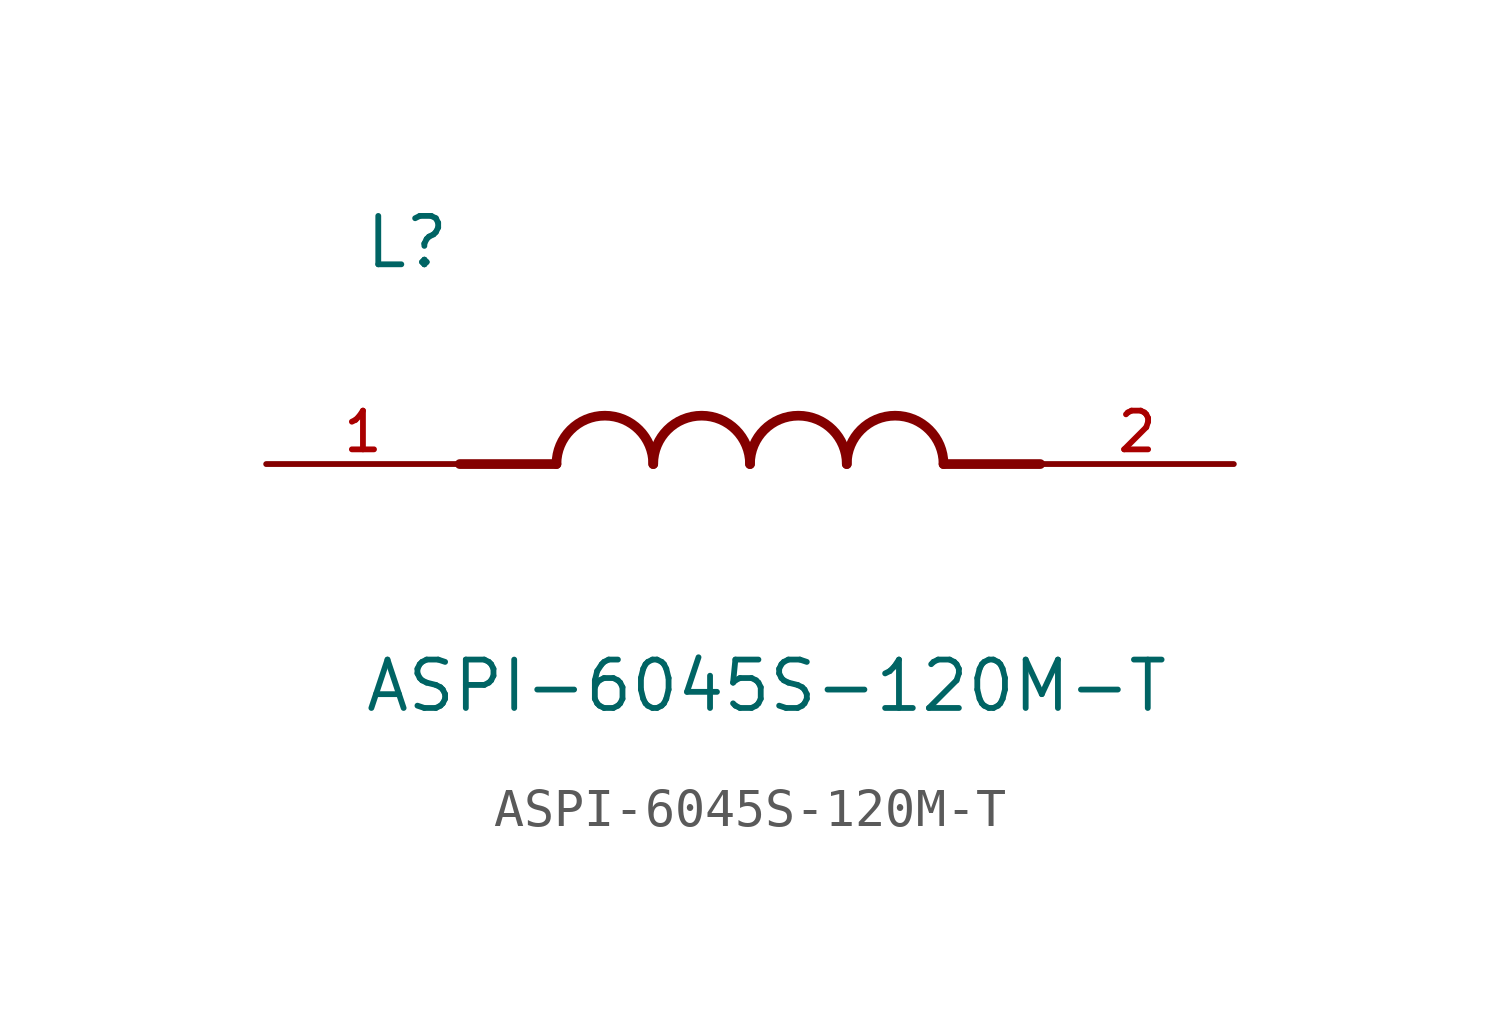
<source format=kicad_sym>
(kicad_symbol_lib
  (version 20211014)
  (generator kicad_symbol_editor)
  (symbol "ASPI-6045S-120M-T"
    (pin_names
      (offset 1.016))
    (property "Reference" "L"
      (at -10.16 5.08 0)
      (effects (font (size 1.27 1.27)) (justify bottom left)))
    (property "Value" "ASPI-6045S-120M-T"
      (at -10.16 -5.08 0)
      (effects (font (size 1.27 1.27)) (justify top left)))
    (symbol "ASPI-6045S-120M-T_0_0"
      (polyline (pts (xy -5.08 0.0) (xy -7.62 0.0)) (stroke (width 0.254)))
      (polyline (pts (xy 5.08 0.0) (xy 7.62 0.0)) (stroke (width 0.254)))
      (arc (start -2.54 0.0) (mid -3.81 1.27) (end -5.08 0.0) (stroke (width 0.254) (type default) (color 0 0 0 0)) (fill (type none)))
      (arc (start 0.0 0.0) (mid -1.27 1.27) (end -2.54 0.0) (stroke (width 0.254) (type default) (color 0 0 0 0)) (fill (type none)))
      (arc (start 2.54 0.0) (mid 1.27 1.27) (end 0.0 0.0) (stroke (width 0.254) (type default) (color 0 0 0 0)) (fill (type none)))
      (arc (start 5.08 0.0) (mid 3.81 1.27) (end 2.54 0.0) (stroke (width 0.254) (type default) (color 0 0 0 0)) (fill (type none)))
      (pin passive line (at -12.7 0.0 0) (length 5.08) (name "~" (effects (font (size 1.016 1.016)))) (number "1" (effects (font (size 1.016 1.016)))))
      (pin passive line (at 12.7 0.0 180.0) (length 5.08) (name "~" (effects (font (size 1.016 1.016)))) (number "2" (effects (font (size 1.016 1.016))))))))
</source>
